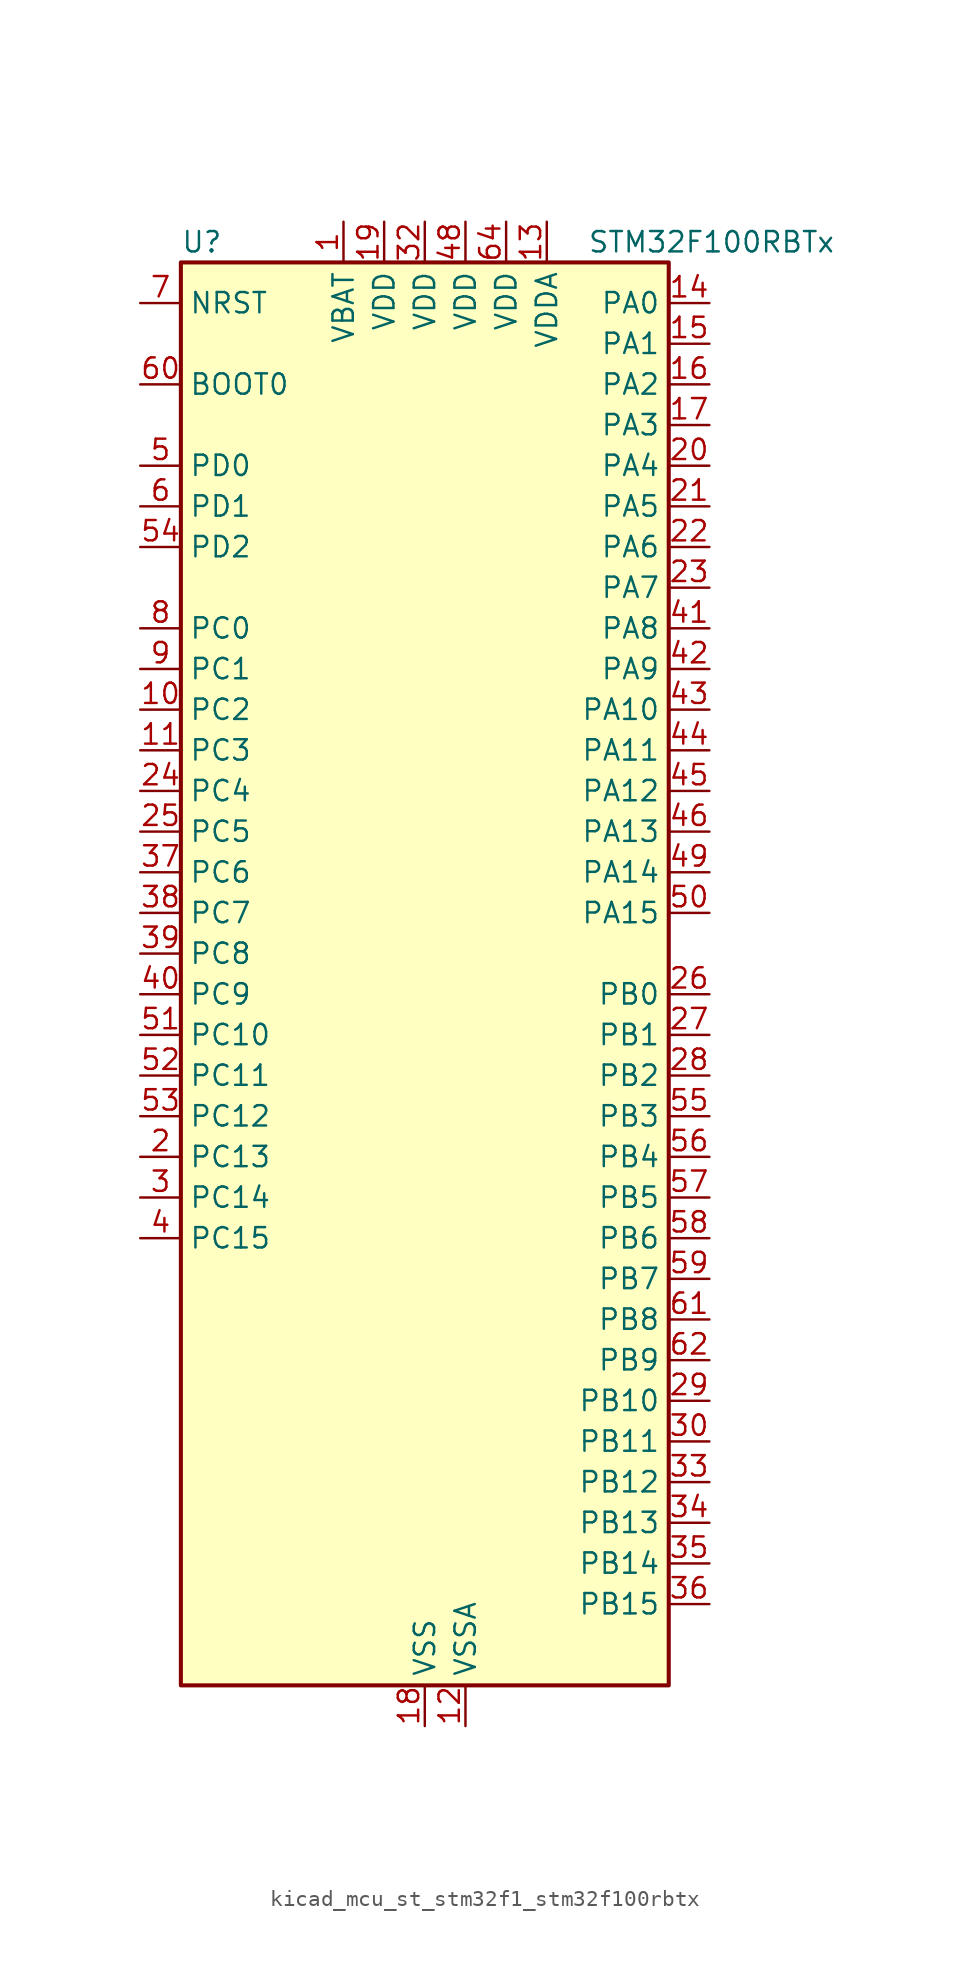
<source format=kicad_sym>
(kicad_symbol_lib
  (version 20220914)
  (generator kicad_symbol_editor)
  (symbol "kicad_mcu_st_stm32f1_stm32f100rbtx"
    (property "Reference" "U"
      (at -15.24 46.99 0)
      (effects (font (size 1.27 1.27)) (justify left)))
    (property "Value" "STM32F100RBTx"
      (at 10.16 46.99 0)
      (effects (font (size 1.27 1.27)) (justify left)))
    (property "ki_locked" ""
      (at 0 0 0)
      (effects (font (size 1.27 1.27))))
    (symbol "kicad_mcu_st_stm32f1_stm32f100rbtx_0_1"
      (rectangle (start -15.24 -43.18) (end 15.24 45.72) (stroke (width 0.254) (type default)) (fill (type background))))
    (symbol "kicad_mcu_st_stm32f1_stm32f100rbtx_1_1"
      (pin power_in line (at -5.08 48.26 270) (length 2.54) (name "VBAT" (effects (font (size 1.27 1.27)))) (number "1" (effects (font (size 1.27 1.27)))))
      (pin bidirectional line (at -17.78 17.78 0) (length 2.54) (name "PC2" (effects (font (size 1.27 1.27)))) (number "10" (effects (font (size 1.27 1.27)))) (alternate "ADC1_IN12" bidirectional line))
      (pin bidirectional line (at -17.78 15.24 0) (length 2.54) (name "PC3" (effects (font (size 1.27 1.27)))) (number "11" (effects (font (size 1.27 1.27)))) (alternate "ADC1_IN13" bidirectional line))
      (pin power_in line (at 2.54 -45.72 90) (length 2.54) (name "VSSA" (effects (font (size 1.27 1.27)))) (number "12" (effects (font (size 1.27 1.27)))))
      (pin power_in line (at 7.62 48.26 270) (length 2.54) (name "VDDA" (effects (font (size 1.27 1.27)))) (number "13" (effects (font (size 1.27 1.27)))))
      (pin bidirectional line (at 17.78 43.18 180) (length 2.54) (name "PA0" (effects (font (size 1.27 1.27)))) (number "14" (effects (font (size 1.27 1.27)))) (alternate "ADC1_IN0" bidirectional line) (alternate "SYS_WKUP" bidirectional line) (alternate "TIM2_CH1" bidirectional line) (alternate "TIM2_ETR" bidirectional line) (alternate "USART2_CTS" bidirectional line))
      (pin bidirectional line (at 17.78 40.64 180) (length 2.54) (name "PA1" (effects (font (size 1.27 1.27)))) (number "15" (effects (font (size 1.27 1.27)))) (alternate "ADC1_IN1" bidirectional line) (alternate "TIM2_CH2" bidirectional line) (alternate "USART2_RTS" bidirectional line))
      (pin bidirectional line (at 17.78 38.1 180) (length 2.54) (name "PA2" (effects (font (size 1.27 1.27)))) (number "16" (effects (font (size 1.27 1.27)))) (alternate "ADC1_IN2" bidirectional line) (alternate "TIM15_CH1" bidirectional line) (alternate "TIM2_CH3" bidirectional line) (alternate "USART2_TX" bidirectional line))
      (pin bidirectional line (at 17.78 35.56 180) (length 2.54) (name "PA3" (effects (font (size 1.27 1.27)))) (number "17" (effects (font (size 1.27 1.27)))) (alternate "ADC1_IN3" bidirectional line) (alternate "TIM15_CH2" bidirectional line) (alternate "TIM2_CH4" bidirectional line) (alternate "USART2_RX" bidirectional line))
      (pin power_in line (at 0 -45.72 90) (length 2.54) (name "VSS" (effects (font (size 1.27 1.27)))) (number "18" (effects (font (size 1.27 1.27)))))
      (pin power_in line (at -2.54 48.26 270) (length 2.54) (name "VDD" (effects (font (size 1.27 1.27)))) (number "19" (effects (font (size 1.27 1.27)))))
      (pin bidirectional line (at -17.78 -10.16 0) (length 2.54) (name "PC13" (effects (font (size 1.27 1.27)))) (number "2" (effects (font (size 1.27 1.27)))) (alternate "RTC_OUT" bidirectional line) (alternate "RTC_TAMPER" bidirectional line))
      (pin bidirectional line (at 17.78 33.02 180) (length 2.54) (name "PA4" (effects (font (size 1.27 1.27)))) (number "20" (effects (font (size 1.27 1.27)))) (alternate "ADC1_IN4" bidirectional line) (alternate "DAC_OUT1" bidirectional line) (alternate "SPI1_NSS" bidirectional line) (alternate "USART2_CK" bidirectional line))
      (pin bidirectional line (at 17.78 30.48 180) (length 2.54) (name "PA5" (effects (font (size 1.27 1.27)))) (number "21" (effects (font (size 1.27 1.27)))) (alternate "ADC1_IN5" bidirectional line) (alternate "DAC_OUT2" bidirectional line) (alternate "SPI1_SCK" bidirectional line))
      (pin bidirectional line (at 17.78 27.94 180) (length 2.54) (name "PA6" (effects (font (size 1.27 1.27)))) (number "22" (effects (font (size 1.27 1.27)))) (alternate "ADC1_IN6" bidirectional line) (alternate "SPI1_MISO" bidirectional line) (alternate "TIM16_CH1" bidirectional line) (alternate "TIM1_BKIN" bidirectional line) (alternate "TIM3_CH1" bidirectional line))
      (pin bidirectional line (at 17.78 25.4 180) (length 2.54) (name "PA7" (effects (font (size 1.27 1.27)))) (number "23" (effects (font (size 1.27 1.27)))) (alternate "ADC1_IN7" bidirectional line) (alternate "SPI1_MOSI" bidirectional line) (alternate "TIM17_CH1" bidirectional line) (alternate "TIM1_CH1N" bidirectional line) (alternate "TIM3_CH2" bidirectional line))
      (pin bidirectional line (at -17.78 12.7 0) (length 2.54) (name "PC4" (effects (font (size 1.27 1.27)))) (number "24" (effects (font (size 1.27 1.27)))) (alternate "ADC1_IN14" bidirectional line))
      (pin bidirectional line (at -17.78 10.16 0) (length 2.54) (name "PC5" (effects (font (size 1.27 1.27)))) (number "25" (effects (font (size 1.27 1.27)))) (alternate "ADC1_IN15" bidirectional line))
      (pin bidirectional line (at 17.78 0 180) (length 2.54) (name "PB0" (effects (font (size 1.27 1.27)))) (number "26" (effects (font (size 1.27 1.27)))) (alternate "ADC1_IN8" bidirectional line) (alternate "TIM1_CH2N" bidirectional line) (alternate "TIM3_CH3" bidirectional line))
      (pin bidirectional line (at 17.78 -2.54 180) (length 2.54) (name "PB1" (effects (font (size 1.27 1.27)))) (number "27" (effects (font (size 1.27 1.27)))) (alternate "ADC1_IN9" bidirectional line) (alternate "TIM1_CH3N" bidirectional line) (alternate "TIM3_CH4" bidirectional line))
      (pin bidirectional line (at 17.78 -5.08 180) (length 2.54) (name "PB2" (effects (font (size 1.27 1.27)))) (number "28" (effects (font (size 1.27 1.27)))))
      (pin bidirectional line (at 17.78 -25.4 180) (length 2.54) (name "PB10" (effects (font (size 1.27 1.27)))) (number "29" (effects (font (size 1.27 1.27)))) (alternate "CEC" bidirectional line) (alternate "I2C2_SCL" bidirectional line) (alternate "TIM2_CH3" bidirectional line) (alternate "USART3_TX" bidirectional line))
      (pin bidirectional line (at -17.78 -12.7 0) (length 2.54) (name "PC14" (effects (font (size 1.27 1.27)))) (number "3" (effects (font (size 1.27 1.27)))) (alternate "RCC_OSC32_IN" bidirectional line))
      (pin bidirectional line (at 17.78 -27.94 180) (length 2.54) (name "PB11" (effects (font (size 1.27 1.27)))) (number "30" (effects (font (size 1.27 1.27)))) (alternate "ADC1_EXTI11" bidirectional line) (alternate "I2C2_SDA" bidirectional line) (alternate "TIM2_CH4" bidirectional line) (alternate "USART3_RX" bidirectional line))
      (pin passive line (at 0 -45.72 90) (length 2.54) hide (name "VSS" (effects (font (size 1.27 1.27)))) (number "31" (effects (font (size 1.27 1.27)))))
      (pin power_in line (at 0 48.26 270) (length 2.54) (name "VDD" (effects (font (size 1.27 1.27)))) (number "32" (effects (font (size 1.27 1.27)))))
      (pin bidirectional line (at 17.78 -30.48 180) (length 2.54) (name "PB12" (effects (font (size 1.27 1.27)))) (number "33" (effects (font (size 1.27 1.27)))) (alternate "I2C2_SMBA" bidirectional line) (alternate "SPI2_NSS" bidirectional line) (alternate "TIM1_BKIN" bidirectional line) (alternate "USART3_CK" bidirectional line))
      (pin bidirectional line (at 17.78 -33.02 180) (length 2.54) (name "PB13" (effects (font (size 1.27 1.27)))) (number "34" (effects (font (size 1.27 1.27)))) (alternate "SPI2_SCK" bidirectional line) (alternate "TIM1_CH1N" bidirectional line) (alternate "USART3_CTS" bidirectional line))
      (pin bidirectional line (at 17.78 -35.56 180) (length 2.54) (name "PB14" (effects (font (size 1.27 1.27)))) (number "35" (effects (font (size 1.27 1.27)))) (alternate "SPI2_MISO" bidirectional line) (alternate "TIM15_CH1" bidirectional line) (alternate "TIM1_CH2N" bidirectional line) (alternate "USART3_RTS" bidirectional line))
      (pin bidirectional line (at 17.78 -38.1 180) (length 2.54) (name "PB15" (effects (font (size 1.27 1.27)))) (number "36" (effects (font (size 1.27 1.27)))) (alternate "ADC1_EXTI15" bidirectional line) (alternate "SPI2_MOSI" bidirectional line) (alternate "TIM15_CH1N" bidirectional line) (alternate "TIM15_CH2" bidirectional line) (alternate "TIM1_CH3N" bidirectional line))
      (pin bidirectional line (at -17.78 7.62 0) (length 2.54) (name "PC6" (effects (font (size 1.27 1.27)))) (number "37" (effects (font (size 1.27 1.27)))) (alternate "TIM3_CH1" bidirectional line))
      (pin bidirectional line (at -17.78 5.08 0) (length 2.54) (name "PC7" (effects (font (size 1.27 1.27)))) (number "38" (effects (font (size 1.27 1.27)))) (alternate "TIM3_CH2" bidirectional line))
      (pin bidirectional line (at -17.78 2.54 0) (length 2.54) (name "PC8" (effects (font (size 1.27 1.27)))) (number "39" (effects (font (size 1.27 1.27)))) (alternate "TIM3_CH3" bidirectional line))
      (pin bidirectional line (at -17.78 -15.24 0) (length 2.54) (name "PC15" (effects (font (size 1.27 1.27)))) (number "4" (effects (font (size 1.27 1.27)))) (alternate "ADC1_EXTI15" bidirectional line) (alternate "RCC_OSC32_OUT" bidirectional line))
      (pin bidirectional line (at -17.78 0 0) (length 2.54) (name "PC9" (effects (font (size 1.27 1.27)))) (number "40" (effects (font (size 1.27 1.27)))) (alternate "DAC_EXTI9" bidirectional line) (alternate "TIM3_CH4" bidirectional line))
      (pin bidirectional line (at 17.78 22.86 180) (length 2.54) (name "PA8" (effects (font (size 1.27 1.27)))) (number "41" (effects (font (size 1.27 1.27)))) (alternate "RCC_MCO" bidirectional line) (alternate "TIM1_CH1" bidirectional line) (alternate "USART1_CK" bidirectional line))
      (pin bidirectional line (at 17.78 20.32 180) (length 2.54) (name "PA9" (effects (font (size 1.27 1.27)))) (number "42" (effects (font (size 1.27 1.27)))) (alternate "DAC_EXTI9" bidirectional line) (alternate "TIM15_BKIN" bidirectional line) (alternate "TIM1_CH2" bidirectional line) (alternate "USART1_TX" bidirectional line))
      (pin bidirectional line (at 17.78 17.78 180) (length 2.54) (name "PA10" (effects (font (size 1.27 1.27)))) (number "43" (effects (font (size 1.27 1.27)))) (alternate "TIM17_BKIN" bidirectional line) (alternate "TIM1_CH3" bidirectional line) (alternate "USART1_RX" bidirectional line))
      (pin bidirectional line (at 17.78 15.24 180) (length 2.54) (name "PA11" (effects (font (size 1.27 1.27)))) (number "44" (effects (font (size 1.27 1.27)))) (alternate "ADC1_EXTI11" bidirectional line) (alternate "TIM1_CH4" bidirectional line) (alternate "USART1_CTS" bidirectional line))
      (pin bidirectional line (at 17.78 12.7 180) (length 2.54) (name "PA12" (effects (font (size 1.27 1.27)))) (number "45" (effects (font (size 1.27 1.27)))) (alternate "TIM1_ETR" bidirectional line) (alternate "USART1_RTS" bidirectional line))
      (pin bidirectional line (at 17.78 10.16 180) (length 2.54) (name "PA13" (effects (font (size 1.27 1.27)))) (number "46" (effects (font (size 1.27 1.27)))) (alternate "SYS_JTMS-SWDIO" bidirectional line))
      (pin passive line (at 0 -45.72 90) (length 2.54) hide (name "VSS" (effects (font (size 1.27 1.27)))) (number "47" (effects (font (size 1.27 1.27)))))
      (pin power_in line (at 2.54 48.26 270) (length 2.54) (name "VDD" (effects (font (size 1.27 1.27)))) (number "48" (effects (font (size 1.27 1.27)))))
      (pin bidirectional line (at 17.78 7.62 180) (length 2.54) (name "PA14" (effects (font (size 1.27 1.27)))) (number "49" (effects (font (size 1.27 1.27)))) (alternate "SYS_JTCK-SWCLK" bidirectional line))
      (pin bidirectional line (at -17.78 33.02 0) (length 2.54) (name "PD0" (effects (font (size 1.27 1.27)))) (number "5" (effects (font (size 1.27 1.27)))) (alternate "RCC_OSC_IN" bidirectional line))
      (pin bidirectional line (at 17.78 5.08 180) (length 2.54) (name "PA15" (effects (font (size 1.27 1.27)))) (number "50" (effects (font (size 1.27 1.27)))) (alternate "ADC1_EXTI15" bidirectional line) (alternate "SPI1_NSS" bidirectional line) (alternate "SYS_JTDI" bidirectional line) (alternate "TIM2_CH1" bidirectional line) (alternate "TIM2_ETR" bidirectional line))
      (pin bidirectional line (at -17.78 -2.54 0) (length 2.54) (name "PC10" (effects (font (size 1.27 1.27)))) (number "51" (effects (font (size 1.27 1.27)))) (alternate "USART3_TX" bidirectional line))
      (pin bidirectional line (at -17.78 -5.08 0) (length 2.54) (name "PC11" (effects (font (size 1.27 1.27)))) (number "52" (effects (font (size 1.27 1.27)))) (alternate "ADC1_EXTI11" bidirectional line) (alternate "USART3_RX" bidirectional line))
      (pin bidirectional line (at -17.78 -7.62 0) (length 2.54) (name "PC12" (effects (font (size 1.27 1.27)))) (number "53" (effects (font (size 1.27 1.27)))) (alternate "USART3_CK" bidirectional line))
      (pin bidirectional line (at -17.78 27.94 0) (length 2.54) (name "PD2" (effects (font (size 1.27 1.27)))) (number "54" (effects (font (size 1.27 1.27)))) (alternate "TIM3_ETR" bidirectional line))
      (pin bidirectional line (at 17.78 -7.62 180) (length 2.54) (name "PB3" (effects (font (size 1.27 1.27)))) (number "55" (effects (font (size 1.27 1.27)))) (alternate "SPI1_SCK" bidirectional line) (alternate "SYS_JTDO-TRACESWO" bidirectional line) (alternate "TIM2_CH2" bidirectional line))
      (pin bidirectional line (at 17.78 -10.16 180) (length 2.54) (name "PB4" (effects (font (size 1.27 1.27)))) (number "56" (effects (font (size 1.27 1.27)))) (alternate "SPI1_MISO" bidirectional line) (alternate "SYS_NJTRST" bidirectional line) (alternate "TIM3_CH1" bidirectional line))
      (pin bidirectional line (at 17.78 -12.7 180) (length 2.54) (name "PB5" (effects (font (size 1.27 1.27)))) (number "57" (effects (font (size 1.27 1.27)))) (alternate "I2C1_SMBA" bidirectional line) (alternate "SPI1_MOSI" bidirectional line) (alternate "TIM16_BKIN" bidirectional line) (alternate "TIM3_CH2" bidirectional line))
      (pin bidirectional line (at 17.78 -15.24 180) (length 2.54) (name "PB6" (effects (font (size 1.27 1.27)))) (number "58" (effects (font (size 1.27 1.27)))) (alternate "I2C1_SCL" bidirectional line) (alternate "TIM16_CH1N" bidirectional line) (alternate "TIM4_CH1" bidirectional line) (alternate "USART1_TX" bidirectional line))
      (pin bidirectional line (at 17.78 -17.78 180) (length 2.54) (name "PB7" (effects (font (size 1.27 1.27)))) (number "59" (effects (font (size 1.27 1.27)))) (alternate "I2C1_SDA" bidirectional line) (alternate "TIM17_CH1N" bidirectional line) (alternate "TIM4_CH2" bidirectional line) (alternate "USART1_RX" bidirectional line))
      (pin bidirectional line (at -17.78 30.48 0) (length 2.54) (name "PD1" (effects (font (size 1.27 1.27)))) (number "6" (effects (font (size 1.27 1.27)))) (alternate "RCC_OSC_OUT" bidirectional line))
      (pin input line (at -17.78 38.1 0) (length 2.54) (name "BOOT0" (effects (font (size 1.27 1.27)))) (number "60" (effects (font (size 1.27 1.27)))))
      (pin bidirectional line (at 17.78 -20.32 180) (length 2.54) (name "PB8" (effects (font (size 1.27 1.27)))) (number "61" (effects (font (size 1.27 1.27)))) (alternate "CEC" bidirectional line) (alternate "I2C1_SCL" bidirectional line) (alternate "TIM16_CH1" bidirectional line) (alternate "TIM4_CH3" bidirectional line))
      (pin bidirectional line (at 17.78 -22.86 180) (length 2.54) (name "PB9" (effects (font (size 1.27 1.27)))) (number "62" (effects (font (size 1.27 1.27)))) (alternate "DAC_EXTI9" bidirectional line) (alternate "I2C1_SDA" bidirectional line) (alternate "TIM17_CH1" bidirectional line) (alternate "TIM4_CH4" bidirectional line))
      (pin passive line (at 0 -45.72 90) (length 2.54) hide (name "VSS" (effects (font (size 1.27 1.27)))) (number "63" (effects (font (size 1.27 1.27)))))
      (pin power_in line (at 5.08 48.26 270) (length 2.54) (name "VDD" (effects (font (size 1.27 1.27)))) (number "64" (effects (font (size 1.27 1.27)))))
      (pin input line (at -17.78 43.18 0) (length 2.54) (name "NRST" (effects (font (size 1.27 1.27)))) (number "7" (effects (font (size 1.27 1.27)))))
      (pin bidirectional line (at -17.78 22.86 0) (length 2.54) (name "PC0" (effects (font (size 1.27 1.27)))) (number "8" (effects (font (size 1.27 1.27)))) (alternate "ADC1_IN10" bidirectional line))
      (pin bidirectional line (at -17.78 20.32 0) (length 2.54) (name "PC1" (effects (font (size 1.27 1.27)))) (number "9" (effects (font (size 1.27 1.27)))) (alternate "ADC1_IN11" bidirectional line)))))
</source>
